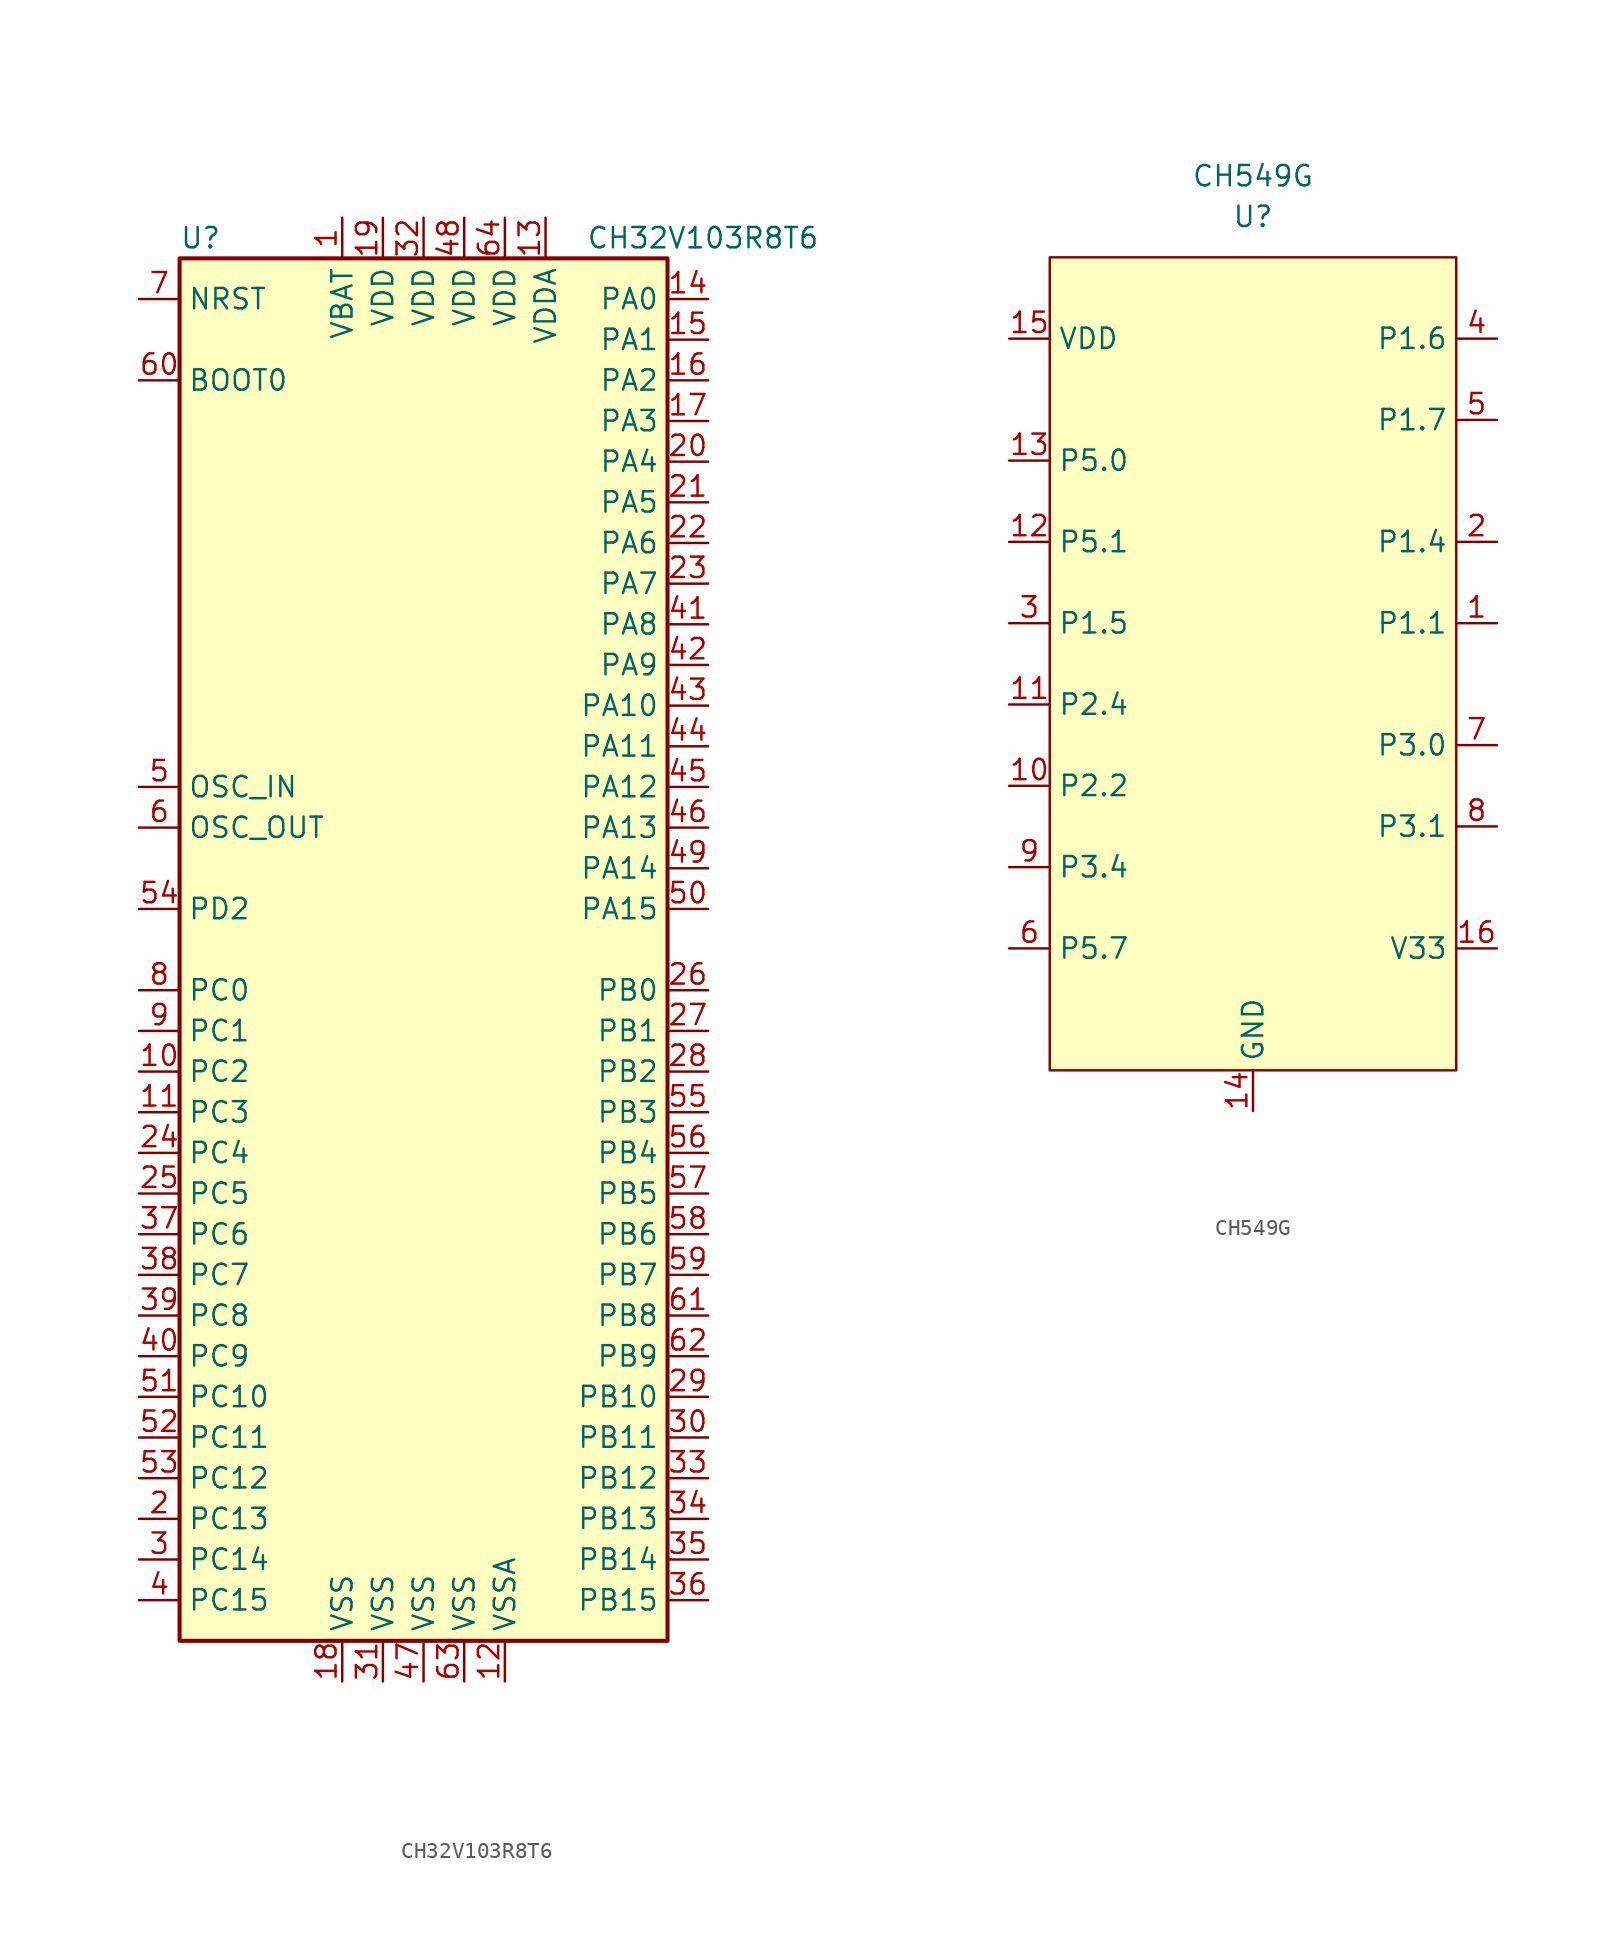
<source format=kicad_sym>
(kicad_symbol_lib
  (version 20211014)
  (generator kicad_symbol_editor)
  (symbol "CH32V103R8T6"
    (property "Reference" "U"
      (at 2.54 3.81 0)
      (effects (font (size 1.27 1.27)) (justify left)))
    (property "Value" "CH32V103R8T6"
      (at 27.94 3.81 0)
      (effects (font (size 1.27 1.27)) (justify left)))
    (symbol "CH32V103R8T6_0_1"
      (rectangle (start 2.54 -83.82) (end 33.02 2.54) (stroke (width 0.254) (type default) (color 0 0 0 0)) (fill (type background))))
    (symbol "CH32V103R8T6_1_1"
      (pin power_in line (at 12.7 5.08 270) (length 2.54) (name "VBAT" (effects (font (size 1.27 1.27)))) (number "1" (effects (font (size 1.27 1.27)))))
      (pin bidirectional line (at 0 -48.26 0) (length 2.54) (name "PC2" (effects (font (size 1.27 1.27)))) (number "10" (effects (font (size 1.27 1.27)))))
      (pin bidirectional line (at 0 -50.8 0) (length 2.54) (name "PC3" (effects (font (size 1.27 1.27)))) (number "11" (effects (font (size 1.27 1.27)))))
      (pin power_in line (at 22.86 -86.36 90) (length 2.54) (name "VSSA" (effects (font (size 1.27 1.27)))) (number "12" (effects (font (size 1.27 1.27)))))
      (pin power_in line (at 25.4 5.08 270) (length 2.54) (name "VDDA" (effects (font (size 1.27 1.27)))) (number "13" (effects (font (size 1.27 1.27)))))
      (pin bidirectional line (at 35.56 0 180) (length 2.54) (name "PA0" (effects (font (size 1.27 1.27)))) (number "14" (effects (font (size 1.27 1.27)))))
      (pin bidirectional line (at 35.56 -2.54 180) (length 2.54) (name "PA1" (effects (font (size 1.27 1.27)))) (number "15" (effects (font (size 1.27 1.27)))))
      (pin bidirectional line (at 35.56 -5.08 180) (length 2.54) (name "PA2" (effects (font (size 1.27 1.27)))) (number "16" (effects (font (size 1.27 1.27)))))
      (pin bidirectional line (at 35.56 -7.62 180) (length 2.54) (name "PA3" (effects (font (size 1.27 1.27)))) (number "17" (effects (font (size 1.27 1.27)))))
      (pin power_in line (at 12.7 -86.36 90) (length 2.54) (name "VSS" (effects (font (size 1.27 1.27)))) (number "18" (effects (font (size 1.27 1.27)))))
      (pin power_in line (at 15.24 5.08 270) (length 2.54) (name "VDD" (effects (font (size 1.27 1.27)))) (number "19" (effects (font (size 1.27 1.27)))))
      (pin bidirectional line (at 0 -76.2 0) (length 2.54) (name "PC13" (effects (font (size 1.27 1.27)))) (number "2" (effects (font (size 1.27 1.27)))))
      (pin bidirectional line (at 35.56 -10.16 180) (length 2.54) (name "PA4" (effects (font (size 1.27 1.27)))) (number "20" (effects (font (size 1.27 1.27)))))
      (pin bidirectional line (at 35.56 -12.7 180) (length 2.54) (name "PA5" (effects (font (size 1.27 1.27)))) (number "21" (effects (font (size 1.27 1.27)))))
      (pin bidirectional line (at 35.56 -15.24 180) (length 2.54) (name "PA6" (effects (font (size 1.27 1.27)))) (number "22" (effects (font (size 1.27 1.27)))))
      (pin bidirectional line (at 35.56 -17.78 180) (length 2.54) (name "PA7" (effects (font (size 1.27 1.27)))) (number "23" (effects (font (size 1.27 1.27)))))
      (pin bidirectional line (at 0 -53.34 0) (length 2.54) (name "PC4" (effects (font (size 1.27 1.27)))) (number "24" (effects (font (size 1.27 1.27)))))
      (pin bidirectional line (at 0 -55.88 0) (length 2.54) (name "PC5" (effects (font (size 1.27 1.27)))) (number "25" (effects (font (size 1.27 1.27)))))
      (pin bidirectional line (at 35.56 -43.18 180) (length 2.54) (name "PB0" (effects (font (size 1.27 1.27)))) (number "26" (effects (font (size 1.27 1.27)))))
      (pin bidirectional line (at 35.56 -45.72 180) (length 2.54) (name "PB1" (effects (font (size 1.27 1.27)))) (number "27" (effects (font (size 1.27 1.27)))))
      (pin bidirectional line (at 35.56 -48.26 180) (length 2.54) (name "PB2" (effects (font (size 1.27 1.27)))) (number "28" (effects (font (size 1.27 1.27)))))
      (pin bidirectional line (at 35.56 -68.58 180) (length 2.54) (name "PB10" (effects (font (size 1.27 1.27)))) (number "29" (effects (font (size 1.27 1.27)))))
      (pin bidirectional line (at 0 -78.74 0) (length 2.54) (name "PC14" (effects (font (size 1.27 1.27)))) (number "3" (effects (font (size 1.27 1.27)))))
      (pin bidirectional line (at 35.56 -71.12 180) (length 2.54) (name "PB11" (effects (font (size 1.27 1.27)))) (number "30" (effects (font (size 1.27 1.27)))))
      (pin power_in line (at 15.24 -86.36 90) (length 2.54) (name "VSS" (effects (font (size 1.27 1.27)))) (number "31" (effects (font (size 1.27 1.27)))))
      (pin power_in line (at 17.78 5.08 270) (length 2.54) (name "VDD" (effects (font (size 1.27 1.27)))) (number "32" (effects (font (size 1.27 1.27)))))
      (pin bidirectional line (at 35.56 -73.66 180) (length 2.54) (name "PB12" (effects (font (size 1.27 1.27)))) (number "33" (effects (font (size 1.27 1.27)))))
      (pin bidirectional line (at 35.56 -76.2 180) (length 2.54) (name "PB13" (effects (font (size 1.27 1.27)))) (number "34" (effects (font (size 1.27 1.27)))))
      (pin bidirectional line (at 35.56 -78.74 180) (length 2.54) (name "PB14" (effects (font (size 1.27 1.27)))) (number "35" (effects (font (size 1.27 1.27)))))
      (pin bidirectional line (at 35.56 -81.28 180) (length 2.54) (name "PB15" (effects (font (size 1.27 1.27)))) (number "36" (effects (font (size 1.27 1.27)))))
      (pin bidirectional line (at 0 -58.42 0) (length 2.54) (name "PC6" (effects (font (size 1.27 1.27)))) (number "37" (effects (font (size 1.27 1.27)))))
      (pin bidirectional line (at 0 -60.96 0) (length 2.54) (name "PC7" (effects (font (size 1.27 1.27)))) (number "38" (effects (font (size 1.27 1.27)))))
      (pin bidirectional line (at 0 -63.5 0) (length 2.54) (name "PC8" (effects (font (size 1.27 1.27)))) (number "39" (effects (font (size 1.27 1.27)))))
      (pin bidirectional line (at 0 -81.28 0) (length 2.54) (name "PC15" (effects (font (size 1.27 1.27)))) (number "4" (effects (font (size 1.27 1.27)))))
      (pin bidirectional line (at 0 -66.04 0) (length 2.54) (name "PC9" (effects (font (size 1.27 1.27)))) (number "40" (effects (font (size 1.27 1.27)))))
      (pin bidirectional line (at 35.56 -20.32 180) (length 2.54) (name "PA8" (effects (font (size 1.27 1.27)))) (number "41" (effects (font (size 1.27 1.27)))))
      (pin bidirectional line (at 35.56 -22.86 180) (length 2.54) (name "PA9" (effects (font (size 1.27 1.27)))) (number "42" (effects (font (size 1.27 1.27)))))
      (pin bidirectional line (at 35.56 -25.4 180) (length 2.54) (name "PA10" (effects (font (size 1.27 1.27)))) (number "43" (effects (font (size 1.27 1.27)))))
      (pin bidirectional line (at 35.56 -27.94 180) (length 2.54) (name "PA11" (effects (font (size 1.27 1.27)))) (number "44" (effects (font (size 1.27 1.27)))))
      (pin bidirectional line (at 35.56 -30.48 180) (length 2.54) (name "PA12" (effects (font (size 1.27 1.27)))) (number "45" (effects (font (size 1.27 1.27)))))
      (pin bidirectional line (at 35.56 -33.02 180) (length 2.54) (name "PA13" (effects (font (size 1.27 1.27)))) (number "46" (effects (font (size 1.27 1.27)))))
      (pin power_in line (at 17.78 -86.36 90) (length 2.54) (name "VSS" (effects (font (size 1.27 1.27)))) (number "47" (effects (font (size 1.27 1.27)))))
      (pin power_in line (at 20.32 5.08 270) (length 2.54) (name "VDD" (effects (font (size 1.27 1.27)))) (number "48" (effects (font (size 1.27 1.27)))))
      (pin bidirectional line (at 35.56 -35.56 180) (length 2.54) (name "PA14" (effects (font (size 1.27 1.27)))) (number "49" (effects (font (size 1.27 1.27)))))
      (pin input line (at 0 -30.48 0) (length 2.54) (name "OSC_IN" (effects (font (size 1.27 1.27)))) (number "5" (effects (font (size 1.27 1.27)))))
      (pin bidirectional line (at 35.56 -38.1 180) (length 2.54) (name "PA15" (effects (font (size 1.27 1.27)))) (number "50" (effects (font (size 1.27 1.27)))))
      (pin bidirectional line (at 0 -68.58 0) (length 2.54) (name "PC10" (effects (font (size 1.27 1.27)))) (number "51" (effects (font (size 1.27 1.27)))))
      (pin bidirectional line (at 0 -71.12 0) (length 2.54) (name "PC11" (effects (font (size 1.27 1.27)))) (number "52" (effects (font (size 1.27 1.27)))))
      (pin bidirectional line (at 0 -73.66 0) (length 2.54) (name "PC12" (effects (font (size 1.27 1.27)))) (number "53" (effects (font (size 1.27 1.27)))))
      (pin bidirectional line (at 0 -38.1 0) (length 2.54) (name "PD2" (effects (font (size 1.27 1.27)))) (number "54" (effects (font (size 1.27 1.27)))))
      (pin bidirectional line (at 35.56 -50.8 180) (length 2.54) (name "PB3" (effects (font (size 1.27 1.27)))) (number "55" (effects (font (size 1.27 1.27)))))
      (pin bidirectional line (at 35.56 -53.34 180) (length 2.54) (name "PB4" (effects (font (size 1.27 1.27)))) (number "56" (effects (font (size 1.27 1.27)))))
      (pin bidirectional line (at 35.56 -55.88 180) (length 2.54) (name "PB5" (effects (font (size 1.27 1.27)))) (number "57" (effects (font (size 1.27 1.27)))))
      (pin bidirectional line (at 35.56 -58.42 180) (length 2.54) (name "PB6" (effects (font (size 1.27 1.27)))) (number "58" (effects (font (size 1.27 1.27)))))
      (pin bidirectional line (at 35.56 -60.96 180) (length 2.54) (name "PB7" (effects (font (size 1.27 1.27)))) (number "59" (effects (font (size 1.27 1.27)))))
      (pin output line (at 0 -33.02 0) (length 2.54) (name "OSC_OUT" (effects (font (size 1.27 1.27)))) (number "6" (effects (font (size 1.27 1.27)))))
      (pin input line (at 0 -5.08 0) (length 2.54) (name "BOOT0" (effects (font (size 1.27 1.27)))) (number "60" (effects (font (size 1.27 1.27)))))
      (pin bidirectional line (at 35.56 -63.5 180) (length 2.54) (name "PB8" (effects (font (size 1.27 1.27)))) (number "61" (effects (font (size 1.27 1.27)))))
      (pin bidirectional line (at 35.56 -66.04 180) (length 2.54) (name "PB9" (effects (font (size 1.27 1.27)))) (number "62" (effects (font (size 1.27 1.27)))))
      (pin power_in line (at 20.32 -86.36 90) (length 2.54) (name "VSS" (effects (font (size 1.27 1.27)))) (number "63" (effects (font (size 1.27 1.27)))))
      (pin power_in line (at 22.86 5.08 270) (length 2.54) (name "VDD" (effects (font (size 1.27 1.27)))) (number "64" (effects (font (size 1.27 1.27)))))
      (pin input line (at 0 0 0) (length 2.54) (name "NRST" (effects (font (size 1.27 1.27)))) (number "7" (effects (font (size 1.27 1.27)))))
      (pin bidirectional line (at 0 -43.18 0) (length 2.54) (name "PC0" (effects (font (size 1.27 1.27)))) (number "8" (effects (font (size 1.27 1.27)))))
      (pin bidirectional line (at 0 -45.72 0) (length 2.54) (name "PC1" (effects (font (size 1.27 1.27)))) (number "9" (effects (font (size 1.27 1.27)))))))
  (symbol "CH549G"
    (property "Reference" "U"
      (at 0 27.94 0)
      (effects (font (size 1.27 1.27))))
    (property "Value" "CH549G"
      (at 0 30.48 0)
      (effects (font (size 1.27 1.27))))
    (symbol "CH549G_0_1"
      (rectangle (start -12.7 25.4) (end 12.7 -25.4) (stroke (width 0.152) (type default) (color 0 0 0 0)) (fill (type background))))
    (symbol "CH549G_1_1"
      (pin bidirectional line (at 15.24 2.54 180) (length 2.54) (name "P1.1" (effects (font (size 1.27 1.27)))) (number "1" (effects (font (size 1.27 1.27)))) (alternate "AIN1" input line) (alternate "CAP2" input line) (alternate "T2EX" input line))
      (pin bidirectional line (at -15.24 -7.62 0) (length 2.54) (name "P2.2" (effects (font (size 1.27 1.27)))) (number "10" (effects (font (size 1.27 1.27)))) (alternate "INT0" unspecified line) (alternate "PWM3" output line))
      (pin bidirectional line (at -15.24 -2.54 0) (length 2.54) (name "P2.4" (effects (font (size 1.27 1.27)))) (number "11" (effects (font (size 1.27 1.27)))) (alternate "CAP1" input line) (alternate "PWM1" output line) (alternate "T2" bidirectional line))
      (pin bidirectional line (at -15.24 7.62 0) (length 2.54) (name "P5.1" (effects (font (size 1.27 1.27)))) (number "12" (effects (font (size 1.27 1.27)))) (alternate "DP" bidirectional line))
      (pin bidirectional line (at -15.24 12.7 0) (length 2.54) (name "P5.0" (effects (font (size 1.27 1.27)))) (number "13" (effects (font (size 1.27 1.27)))) (alternate "DM" bidirectional line))
      (pin passive line (at 0 -27.94 90) (length 2.54) (name "GND" (effects (font (size 1.27 1.27)))) (number "14" (effects (font (size 1.27 1.27)))))
      (pin power_in line (at -15.24 20.32 0) (length 2.54) (name "VDD" (effects (font (size 1.27 1.27)))) (number "15" (effects (font (size 1.27 1.27)))))
      (pin power_out line (at 15.24 -17.78 180) (length 2.54) (name "V33" (effects (font (size 1.27 1.27)))) (number "16" (effects (font (size 1.27 1.27)))))
      (pin bidirectional line (at 15.24 7.62 180) (length 2.54) (name "P1.4" (effects (font (size 1.27 1.27)))) (number "2" (effects (font (size 1.27 1.27)))) (alternate "AIN4" input line) (alternate "SCS" input line) (alternate "UCC1" bidirectional line))
      (pin bidirectional line (at -15.24 2.54 0) (length 2.54) (name "P1.5" (effects (font (size 1.27 1.27)))) (number "3" (effects (font (size 1.27 1.27)))) (alternate "AIN5" input line) (alternate "MOSI" output line) (alternate "PWM0" output line) (alternate "UCC2" bidirectional line))
      (pin bidirectional line (at 15.24 20.32 180) (length 2.54) (name "P1.6" (effects (font (size 1.27 1.27)))) (number "4" (effects (font (size 1.27 1.27)))) (alternate "AIN6" input line) (alternate "MISO" input line) (alternate "RXD1" input line) (alternate "VBUS" input line))
      (pin bidirectional line (at 15.24 15.24 180) (length 2.54) (name "P1.7" (effects (font (size 1.27 1.27)))) (number "5" (effects (font (size 1.27 1.27)))) (alternate "AIN7" input line) (alternate "SCK" bidirectional line) (alternate "TXD1" output line))
      (pin bidirectional line (at -15.24 -17.78 0) (length 2.54) (name "P5.7" (effects (font (size 1.27 1.27)))) (number "6" (effects (font (size 1.27 1.27)))) (alternate "RST" input line))
      (pin bidirectional line (at 15.24 -5.08 180) (length 2.54) (name "P3.0" (effects (font (size 1.27 1.27)))) (number "7" (effects (font (size 1.27 1.27)))) (alternate "RXD" input line))
      (pin bidirectional line (at 15.24 -10.16 180) (length 2.54) (name "P3.1" (effects (font (size 1.27 1.27)))) (number "8" (effects (font (size 1.27 1.27)))) (alternate "TXD" output line))
      (pin bidirectional line (at -15.24 -12.7 0) (length 2.54) (name "P3.4" (effects (font (size 1.27 1.27)))) (number "9" (effects (font (size 1.27 1.27)))) (alternate "T0" input line)))))
</source>
